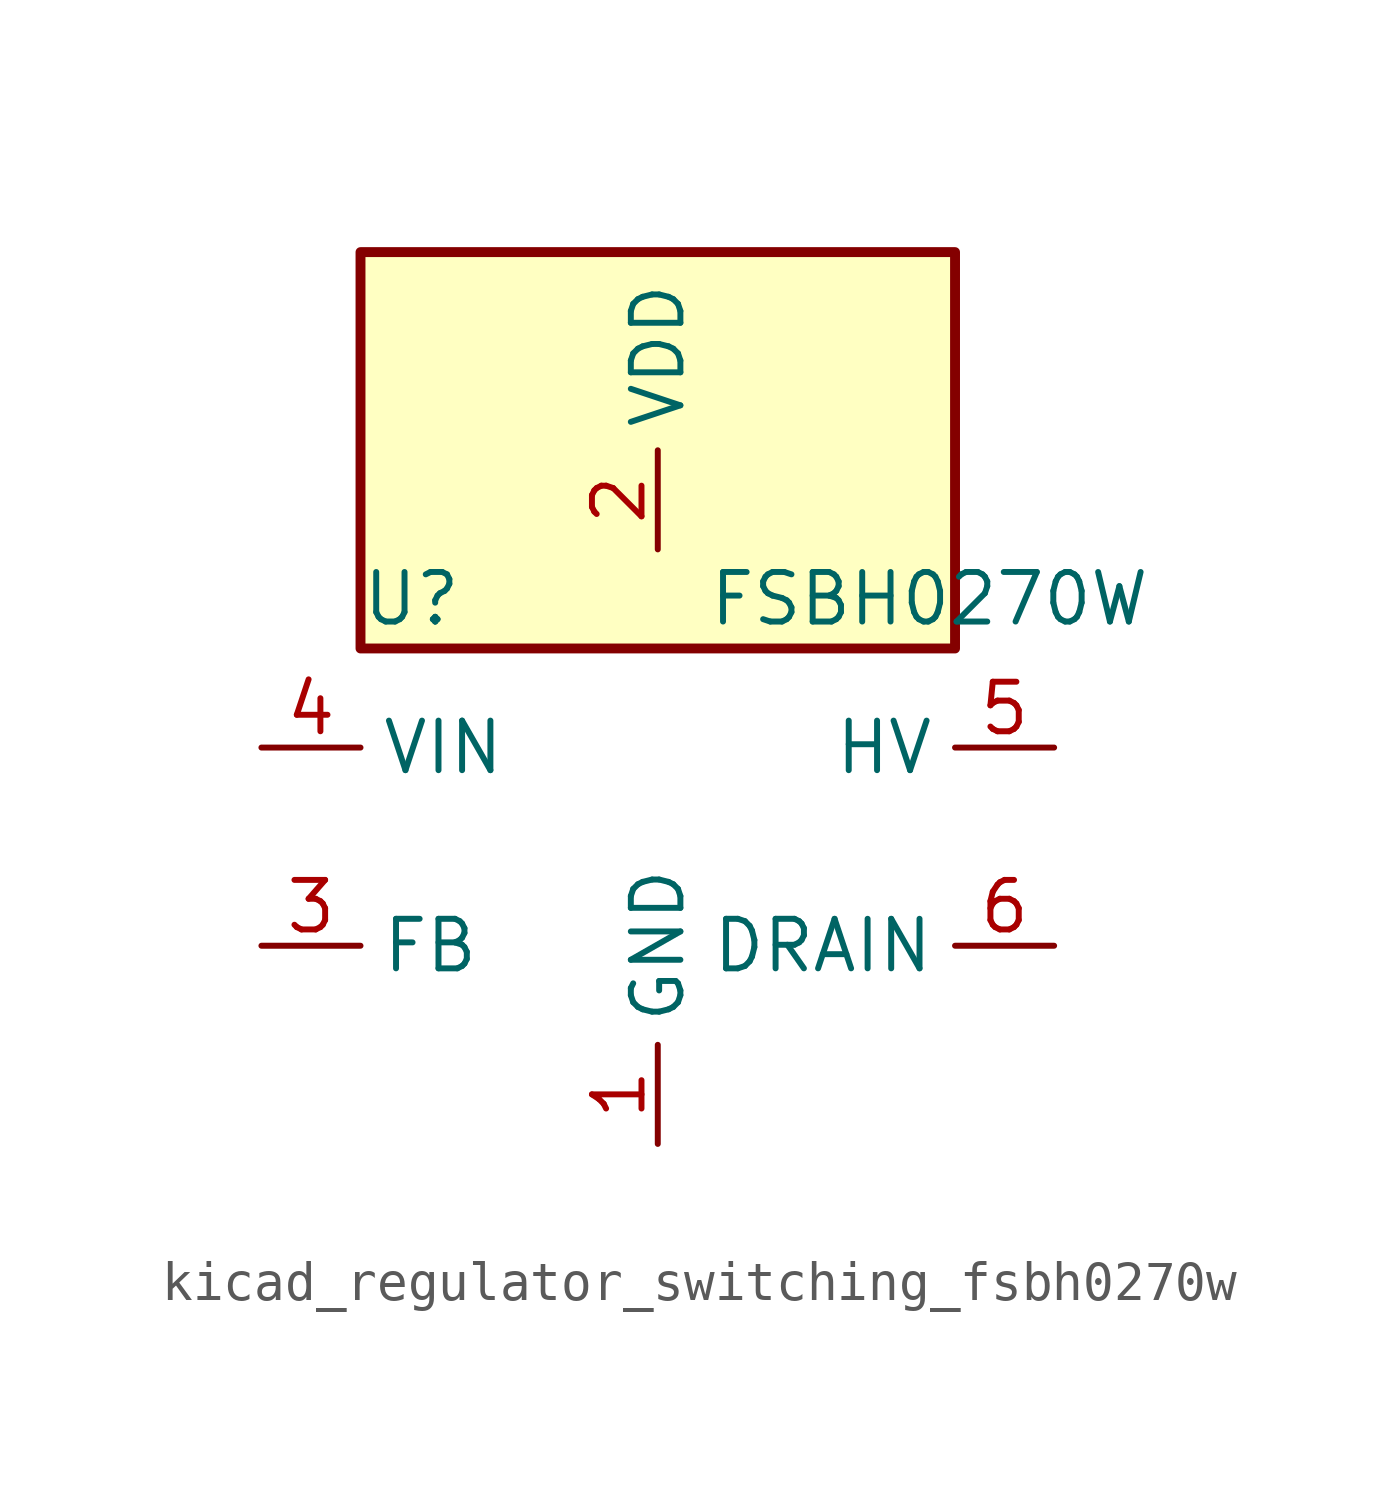
<source format=kicad_sym>
(kicad_symbol_lib
  (version 20220914)
  (generator kicad_symbol_editor)
  (symbol "kicad_regulator_switching_fsbh0270w"
    (property "Reference" "U"
      (at -7.62 6.35 0)
      (effects (font (size 1.27 1.27)) (justify left)))
    (property "Value" "FSBH0270W"
      (at 1.27 6.35 0)
      (effects (font (size 1.27 1.27)) (justify left)))
    (symbol "kicad_regulator_switching_fsbh0270w_0_1"
      (rectangle (start 7.62 15.24) (end -7.62 5.08) (stroke (width 0.254) (type default)) (fill (type background))))
    (symbol "kicad_regulator_switching_fsbh0270w_1_1"
      (pin power_in line (at 0 -7.62 90) (length 2.54) (name "GND" (effects (font (size 1.27 1.27)))) (number "1" (effects (font (size 1.27 1.27)))))
      (pin power_in line (at 0 7.62 90) (length 2.54) (name "VDD" (effects (font (size 1.27 1.27)))) (number "2" (effects (font (size 1.27 1.27)))))
      (pin input line (at -10.16 -2.54 0) (length 2.54) (name "FB" (effects (font (size 1.27 1.27)))) (number "3" (effects (font (size 1.27 1.27)))))
      (pin input line (at -10.16 2.54 0) (length 2.54) (name "VIN" (effects (font (size 1.27 1.27)))) (number "4" (effects (font (size 1.27 1.27)))))
      (pin input line (at 10.16 2.54 180) (length 2.54) (name "HV" (effects (font (size 1.27 1.27)))) (number "5" (effects (font (size 1.27 1.27)))))
      (pin open_collector line (at 10.16 -2.54 180) (length 2.54) (name "DRAIN" (effects (font (size 1.27 1.27)))) (number "6" (effects (font (size 1.27 1.27)))))
      (pin open_collector line (at 10.16 -2.54 180) (length 2.54) hide (name "DRAIN" (effects (font (size 1.27 1.27)))) (number "7" (effects (font (size 1.27 1.27)))))
      (pin open_collector line (at 10.16 -2.54 180) (length 2.54) hide (name "DRAIN" (effects (font (size 1.27 1.27)))) (number "8" (effects (font (size 1.27 1.27))))))))
</source>
